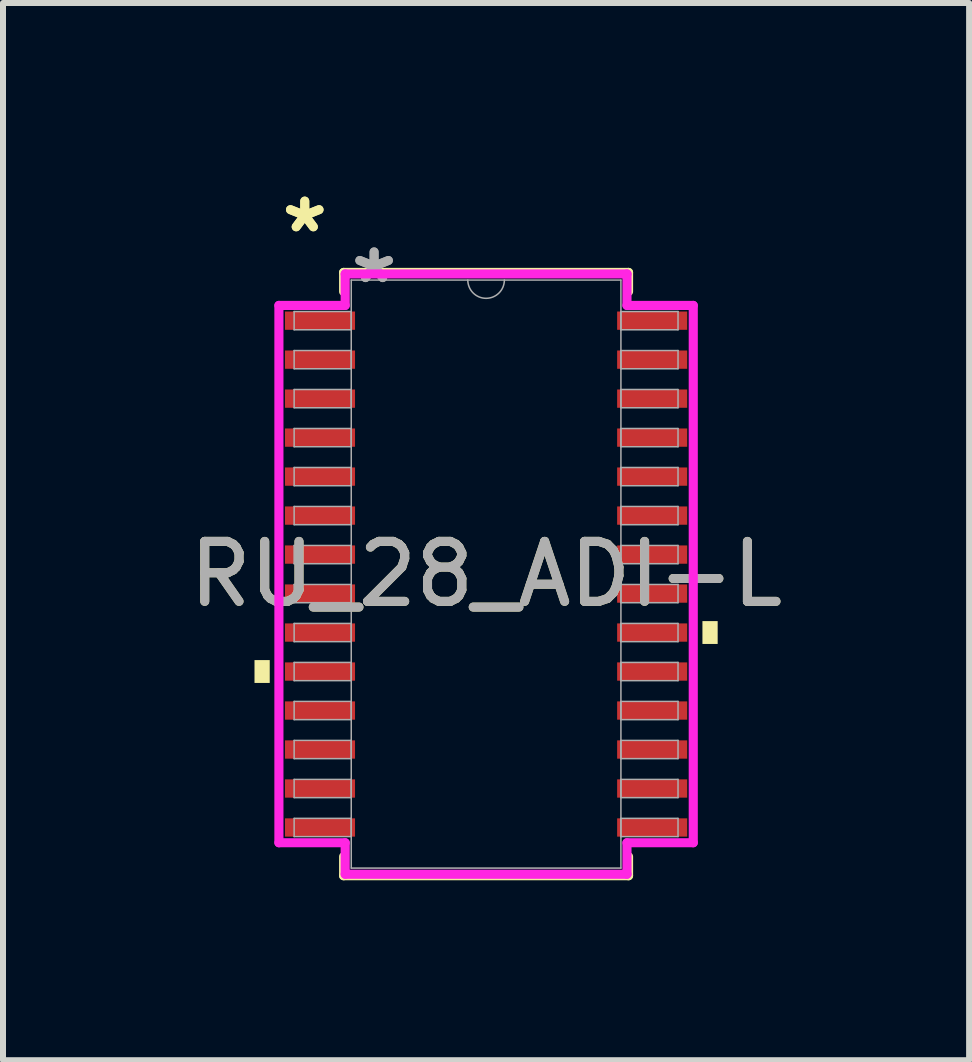
<source format=kicad_pcb>
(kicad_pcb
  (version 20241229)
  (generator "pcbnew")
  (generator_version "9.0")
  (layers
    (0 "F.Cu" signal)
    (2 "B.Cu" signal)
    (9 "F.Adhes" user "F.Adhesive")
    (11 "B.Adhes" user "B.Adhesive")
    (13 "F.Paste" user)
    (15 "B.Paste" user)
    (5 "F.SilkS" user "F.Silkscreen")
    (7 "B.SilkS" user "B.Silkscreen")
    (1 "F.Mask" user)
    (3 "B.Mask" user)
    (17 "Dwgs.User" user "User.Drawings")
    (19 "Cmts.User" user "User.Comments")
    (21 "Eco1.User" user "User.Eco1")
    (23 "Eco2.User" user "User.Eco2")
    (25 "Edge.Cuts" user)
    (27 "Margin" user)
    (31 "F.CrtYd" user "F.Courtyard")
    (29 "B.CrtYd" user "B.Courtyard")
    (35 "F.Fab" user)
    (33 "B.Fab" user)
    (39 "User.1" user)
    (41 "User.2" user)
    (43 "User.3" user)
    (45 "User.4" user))
  (footprint "RU_28_ADI-L"
    (layer "F.Cu")
    (at 5.054 6.521)
    (property "Reference" "RU_28_ADI-L" (at 0 0 0) (unlocked yes) (layer "F.SilkS") (effects (font (size 1 1) (thickness 0.15))))
    (attr smd)
    (fp_line (start -2.375 -5.029) (end -2.375 -4.71) (stroke (width 0.152) (type solid)) (layer "F.SilkS"))
    (fp_line (start -2.375 4.71) (end -2.375 5.029) (stroke (width 0.152) (type solid)) (layer "F.SilkS"))
    (fp_line (start -2.375 5.029) (end 2.375 5.029) (stroke (width 0.152) (type solid)) (layer "F.SilkS"))
    (fp_line (start 2.375 -5.029) (end -2.375 -5.029) (stroke (width 0.152) (type solid)) (layer "F.SilkS"))
    (fp_line (start 2.375 -4.71) (end 2.375 -5.029) (stroke (width 0.152) (type solid)) (layer "F.SilkS"))
    (fp_line (start 2.375 5.029) (end 2.375 4.71) (stroke (width 0.152) (type solid)) (layer "F.SilkS"))
    (fp_poly (pts (xy -3.861 1.434) (xy -3.861 1.815) (xy -3.607 1.815) (xy -3.607 1.434)) (stroke (width 0) (type solid)) (fill yes) (layer "F.SilkS"))
    (fp_poly (pts (xy 3.861 0.784) (xy 3.861 1.165) (xy 3.607 1.165) (xy 3.607 0.784)) (stroke (width 0) (type solid)) (fill yes) (layer "F.SilkS"))
    (fp_line (start -3.454 -4.479) (end -2.349 -4.479) (stroke (width 0.152) (type solid)) (layer "F.CrtYd"))
    (fp_line (start -3.454 4.479) (end -3.454 -4.479) (stroke (width 0.152) (type solid)) (layer "F.CrtYd"))
    (fp_line (start -3.454 4.479) (end -2.349 4.479) (stroke (width 0.152) (type solid)) (layer "F.CrtYd"))
    (fp_line (start -2.349 -5.004) (end 2.349 -5.004) (stroke (width 0.152) (type solid)) (layer "F.CrtYd"))
    (fp_line (start -2.349 -4.479) (end -2.349 -5.004) (stroke (width 0.152) (type solid)) (layer "F.CrtYd"))
    (fp_line (start -2.349 5.004) (end -2.349 4.479) (stroke (width 0.152) (type solid)) (layer "F.CrtYd"))
    (fp_line (start 2.349 -5.004) (end 2.349 -4.479) (stroke (width 0.152) (type solid)) (layer "F.CrtYd"))
    (fp_line (start 2.349 4.479) (end 2.349 5.004) (stroke (width 0.152) (type solid)) (layer "F.CrtYd"))
    (fp_line (start 2.349 5.004) (end -2.349 5.004) (stroke (width 0.152) (type solid)) (layer "F.CrtYd"))
    (fp_line (start 3.454 -4.479) (end 2.349 -4.479) (stroke (width 0.152) (type solid)) (layer "F.CrtYd"))
    (fp_line (start 3.454 -4.479) (end 3.454 4.479) (stroke (width 0.152) (type solid)) (layer "F.CrtYd"))
    (fp_line (start 3.454 4.479) (end 2.349 4.479) (stroke (width 0.152) (type solid)) (layer "F.CrtYd"))
    (fp_line (start -3.2 -4.377) (end -3.2 -4.073) (stroke (width 0.025) (type solid)) (layer "F.Fab"))
    (fp_line (start -3.2 -4.073) (end -2.248 -4.073) (stroke (width 0.025) (type solid)) (layer "F.Fab"))
    (fp_line (start -3.2 -3.727) (end -3.2 -3.423) (stroke (width 0.025) (type solid)) (layer "F.Fab"))
    (fp_line (start -3.2 -3.423) (end -2.248 -3.423) (stroke (width 0.025) (type solid)) (layer "F.Fab"))
    (fp_line (start -3.2 -3.077) (end -3.2 -2.773) (stroke (width 0.025) (type solid)) (layer "F.Fab"))
    (fp_line (start -3.2 -2.773) (end -2.248 -2.773) (stroke (width 0.025) (type solid)) (layer "F.Fab"))
    (fp_line (start -3.2 -2.427) (end -3.2 -2.123) (stroke (width 0.025) (type solid)) (layer "F.Fab"))
    (fp_line (start -3.2 -2.123) (end -2.248 -2.123) (stroke (width 0.025) (type solid)) (layer "F.Fab"))
    (fp_line (start -3.2 -1.777) (end -3.2 -1.473) (stroke (width 0.025) (type solid)) (layer "F.Fab"))
    (fp_line (start -3.2 -1.473) (end -2.248 -1.473) (stroke (width 0.025) (type solid)) (layer "F.Fab"))
    (fp_line (start -3.2 -1.127) (end -3.2 -0.823) (stroke (width 0.025) (type solid)) (layer "F.Fab"))
    (fp_line (start -3.2 -0.823) (end -2.248 -0.823) (stroke (width 0.025) (type solid)) (layer "F.Fab"))
    (fp_line (start -3.2 -0.477) (end -3.2 -0.173) (stroke (width 0.025) (type solid)) (layer "F.Fab"))
    (fp_line (start -3.2 -0.173) (end -2.248 -0.173) (stroke (width 0.025) (type solid)) (layer "F.Fab"))
    (fp_line (start -3.2 0.173) (end -3.2 0.477) (stroke (width 0.025) (type solid)) (layer "F.Fab"))
    (fp_line (start -3.2 0.477) (end -2.248 0.477) (stroke (width 0.025) (type solid)) (layer "F.Fab"))
    (fp_line (start -3.2 0.823) (end -3.2 1.127) (stroke (width 0.025) (type solid)) (layer "F.Fab"))
    (fp_line (start -3.2 1.127) (end -2.248 1.127) (stroke (width 0.025) (type solid)) (layer "F.Fab"))
    (fp_line (start -3.2 1.473) (end -3.2 1.777) (stroke (width 0.025) (type solid)) (layer "F.Fab"))
    (fp_line (start -3.2 1.777) (end -2.248 1.777) (stroke (width 0.025) (type solid)) (layer "F.Fab"))
    (fp_line (start -3.2 2.123) (end -3.2 2.427) (stroke (width 0.025) (type solid)) (layer "F.Fab"))
    (fp_line (start -3.2 2.427) (end -2.248 2.427) (stroke (width 0.025) (type solid)) (layer "F.Fab"))
    (fp_line (start -3.2 2.773) (end -3.2 3.077) (stroke (width 0.025) (type solid)) (layer "F.Fab"))
    (fp_line (start -3.2 3.077) (end -2.248 3.077) (stroke (width 0.025) (type solid)) (layer "F.Fab"))
    (fp_line (start -3.2 3.423) (end -3.2 3.727) (stroke (width 0.025) (type solid)) (layer "F.Fab"))
    (fp_line (start -3.2 3.727) (end -2.248 3.727) (stroke (width 0.025) (type solid)) (layer "F.Fab"))
    (fp_line (start -3.2 4.073) (end -3.2 4.377) (stroke (width 0.025) (type solid)) (layer "F.Fab"))
    (fp_line (start -3.2 4.377) (end -2.248 4.377) (stroke (width 0.025) (type solid)) (layer "F.Fab"))
    (fp_line (start -2.248 -4.902) (end -2.248 4.902) (stroke (width 0.025) (type solid)) (layer "F.Fab"))
    (fp_line (start -2.248 -4.377) (end -3.2 -4.377) (stroke (width 0.025) (type solid)) (layer "F.Fab"))
    (fp_line (start -2.248 -4.073) (end -2.248 -4.377) (stroke (width 0.025) (type solid)) (layer "F.Fab"))
    (fp_line (start -2.248 -3.727) (end -3.2 -3.727) (stroke (width 0.025) (type solid)) (layer "F.Fab"))
    (fp_line (start -2.248 -3.423) (end -2.248 -3.727) (stroke (width 0.025) (type solid)) (layer "F.Fab"))
    (fp_line (start -2.248 -3.077) (end -3.2 -3.077) (stroke (width 0.025) (type solid)) (layer "F.Fab"))
    (fp_line (start -2.248 -2.773) (end -2.248 -3.077) (stroke (width 0.025) (type solid)) (layer "F.Fab"))
    (fp_line (start -2.248 -2.427) (end -3.2 -2.427) (stroke (width 0.025) (type solid)) (layer "F.Fab"))
    (fp_line (start -2.248 -2.123) (end -2.248 -2.427) (stroke (width 0.025) (type solid)) (layer "F.Fab"))
    (fp_line (start -2.248 -1.777) (end -3.2 -1.777) (stroke (width 0.025) (type solid)) (layer "F.Fab"))
    (fp_line (start -2.248 -1.473) (end -2.248 -1.777) (stroke (width 0.025) (type solid)) (layer "F.Fab"))
    (fp_line (start -2.248 -1.127) (end -3.2 -1.127) (stroke (width 0.025) (type solid)) (layer "F.Fab"))
    (fp_line (start -2.248 -0.823) (end -2.248 -1.127) (stroke (width 0.025) (type solid)) (layer "F.Fab"))
    (fp_line (start -2.248 -0.477) (end -3.2 -0.477) (stroke (width 0.025) (type solid)) (layer "F.Fab"))
    (fp_line (start -2.248 -0.173) (end -2.248 -0.477) (stroke (width 0.025) (type solid)) (layer "F.Fab"))
    (fp_line (start -2.248 0.173) (end -3.2 0.173) (stroke (width 0.025) (type solid)) (layer "F.Fab"))
    (fp_line (start -2.248 0.477) (end -2.248 0.173) (stroke (width 0.025) (type solid)) (layer "F.Fab"))
    (fp_line (start -2.248 0.823) (end -3.2 0.823) (stroke (width 0.025) (type solid)) (layer "F.Fab"))
    (fp_line (start -2.248 1.127) (end -2.248 0.823) (stroke (width 0.025) (type solid)) (layer "F.Fab"))
    (fp_line (start -2.248 1.473) (end -3.2 1.473) (stroke (width 0.025) (type solid)) (layer "F.Fab"))
    (fp_line (start -2.248 1.777) (end -2.248 1.473) (stroke (width 0.025) (type solid)) (layer "F.Fab"))
    (fp_line (start -2.248 2.123) (end -3.2 2.123) (stroke (width 0.025) (type solid)) (layer "F.Fab"))
    (fp_line (start -2.248 2.427) (end -2.248 2.123) (stroke (width 0.025) (type solid)) (layer "F.Fab"))
    (fp_line (start -2.248 2.773) (end -3.2 2.773) (stroke (width 0.025) (type solid)) (layer "F.Fab"))
    (fp_line (start -2.248 3.077) (end -2.248 2.773) (stroke (width 0.025) (type solid)) (layer "F.Fab"))
    (fp_line (start -2.248 3.423) (end -3.2 3.423) (stroke (width 0.025) (type solid)) (layer "F.Fab"))
    (fp_line (start -2.248 3.727) (end -2.248 3.423) (stroke (width 0.025) (type solid)) (layer "F.Fab"))
    (fp_line (start -2.248 4.073) (end -3.2 4.073) (stroke (width 0.025) (type solid)) (layer "F.Fab"))
    (fp_line (start -2.248 4.377) (end -2.248 4.073) (stroke (width 0.025) (type solid)) (layer "F.Fab"))
    (fp_line (start -2.248 4.902) (end 2.248 4.902) (stroke (width 0.025) (type solid)) (layer "F.Fab"))
    (fp_line (start 2.248 -4.902) (end -2.248 -4.902) (stroke (width 0.025) (type solid)) (layer "F.Fab"))
    (fp_line (start 2.248 -4.377) (end 2.248 -4.073) (stroke (width 0.025) (type solid)) (layer "F.Fab"))
    (fp_line (start 2.248 -4.073) (end 3.2 -4.073) (stroke (width 0.025) (type solid)) (layer "F.Fab"))
    (fp_line (start 2.248 -3.727) (end 2.248 -3.423) (stroke (width 0.025) (type solid)) (layer "F.Fab"))
    (fp_line (start 2.248 -3.423) (end 3.2 -3.423) (stroke (width 0.025) (type solid)) (layer "F.Fab"))
    (fp_line (start 2.248 -3.077) (end 2.248 -2.773) (stroke (width 0.025) (type solid)) (layer "F.Fab"))
    (fp_line (start 2.248 -2.773) (end 3.2 -2.773) (stroke (width 0.025) (type solid)) (layer "F.Fab"))
    (fp_line (start 2.248 -2.427) (end 2.248 -2.123) (stroke (width 0.025) (type solid)) (layer "F.Fab"))
    (fp_line (start 2.248 -2.123) (end 3.2 -2.123) (stroke (width 0.025) (type solid)) (layer "F.Fab"))
    (fp_line (start 2.248 -1.777) (end 2.248 -1.473) (stroke (width 0.025) (type solid)) (layer "F.Fab"))
    (fp_line (start 2.248 -1.473) (end 3.2 -1.473) (stroke (width 0.025) (type solid)) (layer "F.Fab"))
    (fp_line (start 2.248 -1.127) (end 2.248 -0.823) (stroke (width 0.025) (type solid)) (layer "F.Fab"))
    (fp_line (start 2.248 -0.823) (end 3.2 -0.823) (stroke (width 0.025) (type solid)) (layer "F.Fab"))
    (fp_line (start 2.248 -0.477) (end 2.248 -0.173) (stroke (width 0.025) (type solid)) (layer "F.Fab"))
    (fp_line (start 2.248 -0.173) (end 3.2 -0.173) (stroke (width 0.025) (type solid)) (layer "F.Fab"))
    (fp_line (start 2.248 0.173) (end 2.248 0.477) (stroke (width 0.025) (type solid)) (layer "F.Fab"))
    (fp_line (start 2.248 0.477) (end 3.2 0.477) (stroke (width 0.025) (type solid)) (layer "F.Fab"))
    (fp_line (start 2.248 0.823) (end 2.248 1.127) (stroke (width 0.025) (type solid)) (layer "F.Fab"))
    (fp_line (start 2.248 1.127) (end 3.2 1.127) (stroke (width 0.025) (type solid)) (layer "F.Fab"))
    (fp_line (start 2.248 1.473) (end 2.248 1.777) (stroke (width 0.025) (type solid)) (layer "F.Fab"))
    (fp_line (start 2.248 1.777) (end 3.2 1.777) (stroke (width 0.025) (type solid)) (layer "F.Fab"))
    (fp_line (start 2.248 2.123) (end 2.248 2.427) (stroke (width 0.025) (type solid)) (layer "F.Fab"))
    (fp_line (start 2.248 2.427) (end 3.2 2.427) (stroke (width 0.025) (type solid)) (layer "F.Fab"))
    (fp_line (start 2.248 2.773) (end 2.248 3.077) (stroke (width 0.025) (type solid)) (layer "F.Fab"))
    (fp_line (start 2.248 3.077) (end 3.2 3.077) (stroke (width 0.025) (type solid)) (layer "F.Fab"))
    (fp_line (start 2.248 3.423) (end 2.248 3.727) (stroke (width 0.025) (type solid)) (layer "F.Fab"))
    (fp_line (start 2.248 3.727) (end 3.2 3.727) (stroke (width 0.025) (type solid)) (layer "F.Fab"))
    (fp_line (start 2.248 4.073) (end 2.248 4.377) (stroke (width 0.025) (type solid)) (layer "F.Fab"))
    (fp_line (start 2.248 4.377) (end 3.2 4.377) (stroke (width 0.025) (type solid)) (layer "F.Fab"))
    (fp_line (start 2.248 4.902) (end 2.248 -4.902) (stroke (width 0.025) (type solid)) (layer "F.Fab"))
    (fp_line (start 3.2 -4.377) (end 2.248 -4.377) (stroke (width 0.025) (type solid)) (layer "F.Fab"))
    (fp_line (start 3.2 -4.073) (end 3.2 -4.377) (stroke (width 0.025) (type solid)) (layer "F.Fab"))
    (fp_line (start 3.2 -3.727) (end 2.248 -3.727) (stroke (width 0.025) (type solid)) (layer "F.Fab"))
    (fp_line (start 3.2 -3.423) (end 3.2 -3.727) (stroke (width 0.025) (type solid)) (layer "F.Fab"))
    (fp_line (start 3.2 -3.077) (end 2.248 -3.077) (stroke (width 0.025) (type solid)) (layer "F.Fab"))
    (fp_line (start 3.2 -2.773) (end 3.2 -3.077) (stroke (width 0.025) (type solid)) (layer "F.Fab"))
    (fp_line (start 3.2 -2.427) (end 2.248 -2.427) (stroke (width 0.025) (type solid)) (layer "F.Fab"))
    (fp_line (start 3.2 -2.123) (end 3.2 -2.427) (stroke (width 0.025) (type solid)) (layer "F.Fab"))
    (fp_line (start 3.2 -1.777) (end 2.248 -1.777) (stroke (width 0.025) (type solid)) (layer "F.Fab"))
    (fp_line (start 3.2 -1.473) (end 3.2 -1.777) (stroke (width 0.025) (type solid)) (layer "F.Fab"))
    (fp_line (start 3.2 -1.127) (end 2.248 -1.127) (stroke (width 0.025) (type solid)) (layer "F.Fab"))
    (fp_line (start 3.2 -0.823) (end 3.2 -1.127) (stroke (width 0.025) (type solid)) (layer "F.Fab"))
    (fp_line (start 3.2 -0.477) (end 2.248 -0.477) (stroke (width 0.025) (type solid)) (layer "F.Fab"))
    (fp_line (start 3.2 -0.173) (end 3.2 -0.477) (stroke (width 0.025) (type solid)) (layer "F.Fab"))
    (fp_line (start 3.2 0.173) (end 2.248 0.173) (stroke (width 0.025) (type solid)) (layer "F.Fab"))
    (fp_line (start 3.2 0.477) (end 3.2 0.173) (stroke (width 0.025) (type solid)) (layer "F.Fab"))
    (fp_line (start 3.2 0.823) (end 2.248 0.823) (stroke (width 0.025) (type solid)) (layer "F.Fab"))
    (fp_line (start 3.2 1.127) (end 3.2 0.823) (stroke (width 0.025) (type solid)) (layer "F.Fab"))
    (fp_line (start 3.2 1.473) (end 2.248 1.473) (stroke (width 0.025) (type solid)) (layer "F.Fab"))
    (fp_line (start 3.2 1.777) (end 3.2 1.473) (stroke (width 0.025) (type solid)) (layer "F.Fab"))
    (fp_line (start 3.2 2.123) (end 2.248 2.123) (stroke (width 0.025) (type solid)) (layer "F.Fab"))
    (fp_line (start 3.2 2.427) (end 3.2 2.123) (stroke (width 0.025) (type solid)) (layer "F.Fab"))
    (fp_line (start 3.2 2.773) (end 2.248 2.773) (stroke (width 0.025) (type solid)) (layer "F.Fab"))
    (fp_line (start 3.2 3.077) (end 3.2 2.773) (stroke (width 0.025) (type solid)) (layer "F.Fab"))
    (fp_line (start 3.2 3.423) (end 2.248 3.423) (stroke (width 0.025) (type solid)) (layer "F.Fab"))
    (fp_line (start 3.2 3.727) (end 3.2 3.423) (stroke (width 0.025) (type solid)) (layer "F.Fab"))
    (fp_line (start 3.2 4.073) (end 2.248 4.073) (stroke (width 0.025) (type solid)) (layer "F.Fab"))
    (fp_line (start 3.2 4.377) (end 3.2 4.073) (stroke (width 0.025) (type solid)) (layer "F.Fab"))
    (fp_arc (start 0.3048 -4.9022) (mid 0 -4.5974) (end -0.3048 -4.9022) (stroke (width 0.0254) (type solid)) (layer "F.Fab"))
    (fp_text user "*" (at -3.023 -5.673 0) (unlocked yes) (layer "F.SilkS") (effects (font (size 1 1) (thickness 0.15))))
    (fp_text user "*" (at -3.023 -5.673 0) (layer "F.SilkS") (effects (font (size 1 1) (thickness 0.15))))
    (fp_text user "*" (at -1.867 -4.826 0) (layer "F.Fab") (effects (font (size 1 1) (thickness 0.15))))
    (fp_text user "*" (at -1.867 -4.826 0) (unlocked yes) (layer "F.Fab") (effects (font (size 1 1) (thickness 0.15))))
    (fp_text user "${REFERENCE}" (at 0 0 0) (unlocked yes) (layer "F.Fab") (effects (font (size 1 1) (thickness 0.15))))
    (pad "1" smd rect (at -2.769 -4.225) (size 1.168 0.305) (layers "F.Cu" "F.Mask" "F.Paste"))
    (pad "2" smd rect (at -2.769 -3.575) (size 1.168 0.305) (layers "F.Cu" "F.Mask" "F.Paste"))
    (pad "3" smd rect (at -2.769 -2.925) (size 1.168 0.305) (layers "F.Cu" "F.Mask" "F.Paste"))
    (pad "4" smd rect (at -2.769 -2.275) (size 1.168 0.305) (layers "F.Cu" "F.Mask" "F.Paste"))
    (pad "5" smd rect (at -2.769 -1.625) (size 1.168 0.305) (layers "F.Cu" "F.Mask" "F.Paste"))
    (pad "6" smd rect (at -2.769 -0.975) (size 1.168 0.305) (layers "F.Cu" "F.Mask" "F.Paste"))
    (pad "7" smd rect (at -2.769 -0.325) (size 1.168 0.305) (layers "F.Cu" "F.Mask" "F.Paste"))
    (pad "8" smd rect (at -2.769 0.325) (size 1.168 0.305) (layers "F.Cu" "F.Mask" "F.Paste"))
    (pad "9" smd rect (at -2.769 0.975) (size 1.168 0.305) (layers "F.Cu" "F.Mask" "F.Paste"))
    (pad "10" smd rect (at -2.769 1.625) (size 1.168 0.305) (layers "F.Cu" "F.Mask" "F.Paste"))
    (pad "11" smd rect (at -2.769 2.275) (size 1.168 0.305) (layers "F.Cu" "F.Mask" "F.Paste"))
    (pad "12" smd rect (at -2.769 2.925) (size 1.168 0.305) (layers "F.Cu" "F.Mask" "F.Paste"))
    (pad "13" smd rect (at -2.769 3.575) (size 1.168 0.305) (layers "F.Cu" "F.Mask" "F.Paste"))
    (pad "14" smd rect (at -2.769 4.225) (size 1.168 0.305) (layers "F.Cu" "F.Mask" "F.Paste"))
    (pad "15" smd rect (at 2.769 4.225) (size 1.168 0.305) (layers "F.Cu" "F.Mask" "F.Paste"))
    (pad "16" smd rect (at 2.769 3.575) (size 1.168 0.305) (layers "F.Cu" "F.Mask" "F.Paste"))
    (pad "17" smd rect (at 2.769 2.925) (size 1.168 0.305) (layers "F.Cu" "F.Mask" "F.Paste"))
    (pad "18" smd rect (at 2.769 2.275) (size 1.168 0.305) (layers "F.Cu" "F.Mask" "F.Paste"))
    (pad "19" smd rect (at 2.769 1.625) (size 1.168 0.305) (layers "F.Cu" "F.Mask" "F.Paste"))
    (pad "20" smd rect (at 2.769 0.975) (size 1.168 0.305) (layers "F.Cu" "F.Mask" "F.Paste"))
    (pad "21" smd rect (at 2.769 0.325) (size 1.168 0.305) (layers "F.Cu" "F.Mask" "F.Paste"))
    (pad "22" smd rect (at 2.769 -0.325) (size 1.168 0.305) (layers "F.Cu" "F.Mask" "F.Paste"))
    (pad "23" smd rect (at 2.769 -0.975) (size 1.168 0.305) (layers "F.Cu" "F.Mask" "F.Paste"))
    (pad "24" smd rect (at 2.769 -1.625) (size 1.168 0.305) (layers "F.Cu" "F.Mask" "F.Paste"))
    (pad "25" smd rect (at 2.769 -2.275) (size 1.168 0.305) (layers "F.Cu" "F.Mask" "F.Paste"))
    (pad "26" smd rect (at 2.769 -2.925) (size 1.168 0.305) (layers "F.Cu" "F.Mask" "F.Paste"))
    (pad "27" smd rect (at 2.769 -3.575) (size 1.168 0.305) (layers "F.Cu" "F.Mask" "F.Paste"))
    (pad "28" smd rect (at 2.769 -4.225) (size 1.168 0.305) (layers "F.Cu" "F.Mask" "F.Paste")))
  (gr_rect
    (start -3 -3)
    (end 13.107 14.626)
    (stroke (width 0.1) (type default))
    (fill no)
    (layer "Edge.Cuts")))
</source>
